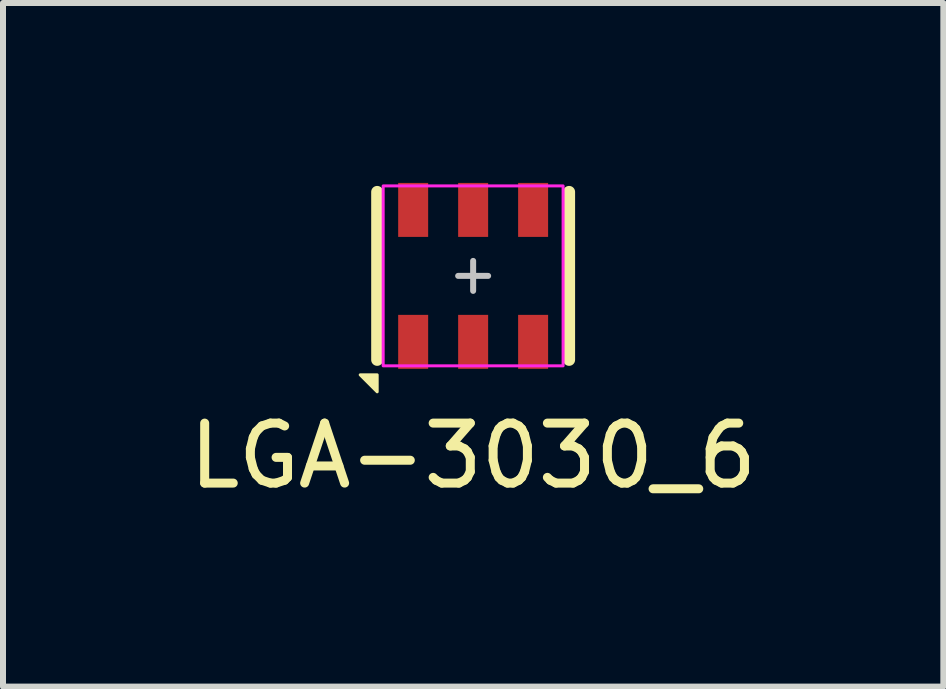
<source format=kicad_pcb>
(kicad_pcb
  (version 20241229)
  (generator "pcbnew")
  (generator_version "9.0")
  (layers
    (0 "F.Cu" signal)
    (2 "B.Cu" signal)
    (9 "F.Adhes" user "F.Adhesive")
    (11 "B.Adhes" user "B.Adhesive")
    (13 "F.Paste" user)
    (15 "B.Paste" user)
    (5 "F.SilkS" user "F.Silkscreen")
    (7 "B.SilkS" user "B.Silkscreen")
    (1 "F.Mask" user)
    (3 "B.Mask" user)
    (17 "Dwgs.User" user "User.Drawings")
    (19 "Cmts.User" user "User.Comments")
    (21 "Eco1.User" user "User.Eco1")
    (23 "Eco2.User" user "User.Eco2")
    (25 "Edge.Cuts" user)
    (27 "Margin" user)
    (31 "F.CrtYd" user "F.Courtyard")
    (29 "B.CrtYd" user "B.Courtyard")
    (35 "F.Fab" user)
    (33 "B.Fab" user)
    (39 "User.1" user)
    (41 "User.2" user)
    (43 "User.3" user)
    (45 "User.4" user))
  (footprint "LGA-3030_6"
    (layer "F.Cu")
    (at 4.839 1.55)
    (property "Reference" "LGA-3030_6" (at 0 3 0) (unlocked yes) (layer "F.SilkS") (effects (font (size 1 1) (thickness 0.15))))
    (attr smd)
    (fp_line (start -1.6 -1.4) (end -1.6 1.4) (stroke (width 0.2) (type solid)) (layer "F.SilkS"))
    (fp_line (start 1.6 -1.4) (end 1.6 1.4) (stroke (width 0.2) (type solid)) (layer "F.SilkS"))
    (fp_poly (pts (xy -1.883 1.65) (xy -1.6 1.65) (xy -1.6 1.933)) (stroke (width 0.05) (type solid)) (fill yes) (layer "F.SilkS"))
    (fp_line (start -0.25 0) (end 0.25 0) (stroke (width 0.1) (type solid)) (layer "Dwgs.User"))
    (fp_line (start 0 0.25) (end 0 -0.25) (stroke (width 0.1) (type solid)) (layer "Dwgs.User"))
    (fp_rect (start -1.5 -1.5) (end 1.5 1.5) (stroke (width 0.05) (type solid)) (fill no) (layer "F.CrtYd"))
    (pad "1" smd rect (at -1 1.1 90) (size 0.9 0.5) (layers "F.Cu" "F.Mask" "F.Paste"))
    (pad "2" smd rect (at 0 1.1 90) (size 0.9 0.5) (layers "F.Cu" "F.Mask" "F.Paste"))
    (pad "3" smd rect (at 1 1.1 90) (size 0.9 0.5) (layers "F.Cu" "F.Mask" "F.Paste"))
    (pad "4" smd rect (at 1 -1.1 90) (size 0.9 0.5) (layers "F.Cu" "F.Mask" "F.Paste"))
    (pad "5" smd rect (at 0 -1.1 90) (size 0.9 0.5) (layers "F.Cu" "F.Mask" "F.Paste"))
    (pad "6" smd rect (at -1 -1.1 90) (size 0.9 0.5) (layers "F.Cu" "F.Mask" "F.Paste")))
  (gr_rect
    (start -3 -3)
    (end 12.679 8.398)
    (stroke (width 0.1) (type default))
    (fill no)
    (layer "Edge.Cuts")))
</source>
